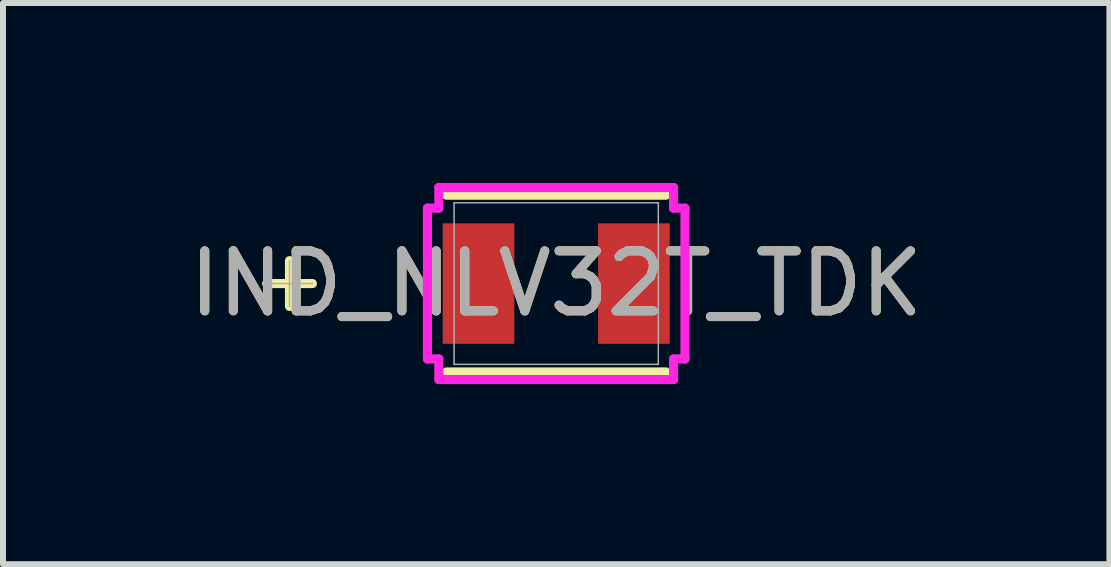
<source format=kicad_pcb>
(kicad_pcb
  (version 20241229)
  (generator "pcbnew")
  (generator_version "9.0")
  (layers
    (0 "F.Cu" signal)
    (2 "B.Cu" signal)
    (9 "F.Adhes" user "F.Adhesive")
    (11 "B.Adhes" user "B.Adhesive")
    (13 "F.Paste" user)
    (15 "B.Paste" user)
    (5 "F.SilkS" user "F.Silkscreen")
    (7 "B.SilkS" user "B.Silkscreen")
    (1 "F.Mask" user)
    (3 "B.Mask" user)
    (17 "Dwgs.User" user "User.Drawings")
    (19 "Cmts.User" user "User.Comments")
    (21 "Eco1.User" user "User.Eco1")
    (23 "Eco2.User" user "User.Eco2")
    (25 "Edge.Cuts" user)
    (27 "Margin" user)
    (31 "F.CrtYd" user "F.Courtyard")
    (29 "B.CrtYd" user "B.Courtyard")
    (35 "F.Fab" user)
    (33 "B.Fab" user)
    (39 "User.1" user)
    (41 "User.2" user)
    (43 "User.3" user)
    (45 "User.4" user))
  (footprint "IND_NLV32T_TDK"
    (layer "F.Cu")
    (at 6.22 1.676)
    (property "Reference" "IND_NLV32T_TDK" (at 0 0 0) (unlocked yes) (layer "F.SilkS") (effects (font (size 1 1) (thickness 0.15))))
    (attr smd)
    (fp_line (start -4.445 -0.381) (end -4.445 0.381) (stroke (width 0.152) (type solid)) (layer "F.SilkS"))
    (fp_line (start -4.064 0) (end -4.826 0) (stroke (width 0.152) (type solid)) (layer "F.SilkS"))
    (fp_line (start -1.829 1.473) (end 1.829 1.473) (stroke (width 0.152) (type solid)) (layer "F.SilkS"))
    (fp_line (start 1.829 -1.473) (end -1.829 -1.473) (stroke (width 0.152) (type solid)) (layer "F.SilkS"))
    (fp_line (start -2.146 -1.257) (end -1.956 -1.257) (stroke (width 0.152) (type solid)) (layer "F.CrtYd"))
    (fp_line (start -2.146 1.257) (end -2.146 -1.257) (stroke (width 0.152) (type solid)) (layer "F.CrtYd"))
    (fp_line (start -1.956 -1.6) (end 1.956 -1.6) (stroke (width 0.152) (type solid)) (layer "F.CrtYd"))
    (fp_line (start -1.956 -1.257) (end -1.956 -1.6) (stroke (width 0.152) (type solid)) (layer "F.CrtYd"))
    (fp_line (start -1.956 1.257) (end -2.146 1.257) (stroke (width 0.152) (type solid)) (layer "F.CrtYd"))
    (fp_line (start -1.956 1.6) (end -1.956 1.257) (stroke (width 0.152) (type solid)) (layer "F.CrtYd"))
    (fp_line (start 1.956 -1.6) (end 1.956 -1.257) (stroke (width 0.152) (type solid)) (layer "F.CrtYd"))
    (fp_line (start 1.956 -1.257) (end 2.146 -1.257) (stroke (width 0.152) (type solid)) (layer "F.CrtYd"))
    (fp_line (start 1.956 1.257) (end 1.956 1.6) (stroke (width 0.152) (type solid)) (layer "F.CrtYd"))
    (fp_line (start 1.956 1.6) (end -1.956 1.6) (stroke (width 0.152) (type solid)) (layer "F.CrtYd"))
    (fp_line (start 2.146 -1.257) (end 2.146 1.257) (stroke (width 0.152) (type solid)) (layer "F.CrtYd"))
    (fp_line (start 2.146 1.257) (end 1.956 1.257) (stroke (width 0.152) (type solid)) (layer "F.CrtYd"))
    (fp_line (start -4.445 -0.381) (end -4.445 0.381) (stroke (width 0.025) (type solid)) (layer "F.Fab"))
    (fp_line (start -4.064 0) (end -4.826 0) (stroke (width 0.025) (type solid)) (layer "F.Fab"))
    (fp_line (start -1.702 -1.346) (end -1.702 1.346) (stroke (width 0.025) (type solid)) (layer "F.Fab"))
    (fp_line (start -1.702 1.346) (end 1.702 1.346) (stroke (width 0.025) (type solid)) (layer "F.Fab"))
    (fp_line (start 1.702 -1.346) (end -1.702 -1.346) (stroke (width 0.025) (type solid)) (layer "F.Fab"))
    (fp_line (start 1.702 1.346) (end 1.702 -1.346) (stroke (width 0.025) (type solid)) (layer "F.Fab"))
    (fp_text user "${REFERENCE}" (at 0 0 0) (unlocked yes) (layer "F.Fab") (effects (font (size 1 1) (thickness 0.15))))
    (pad "1" smd rect (at -1.295 0) (size 1.194 2.007) (layers "F.Cu" "F.Mask" "F.Paste"))
    (pad "2" smd rect (at 1.295 0) (size 1.194 2.007) (layers "F.Cu" "F.Mask" "F.Paste"))
    (zone (net_name "") (layer "F.Cu") (hatch full 0.508) (connect_pads) (min_thickness 0.254) (filled_areas_thickness no) (keepout (tracks not_allowed) (vias not_allowed) (pads allowed) (copperpour not_allowed) (footprints allowed)) (placement (enabled no)) (fill) (polygon (pts (xy 4.569 0.381) (xy 7.871 0.381) (xy 7.871 0.622) (xy 4.569 0.622))))
    (zone (net_name "") (layer "F.Cu") (hatch full 0.508) (connect_pads) (min_thickness 0.254) (filled_areas_thickness no) (keepout (tracks not_allowed) (vias not_allowed) (pads allowed) (copperpour not_allowed) (footprints allowed)) (placement (enabled no)) (fill) (polygon (pts (xy 4.569 2.731) (xy 7.871 2.731) (xy 7.871 2.972) (xy 4.569 2.972))))
    (zone (net_name "") (layer "F.Cu") (hatch full 0.508) (connect_pads) (min_thickness 0.254) (filled_areas_thickness no) (keepout (tracks not_allowed) (vias not_allowed) (pads allowed) (copperpour not_allowed) (footprints allowed)) (placement (enabled no)) (fill) (polygon (pts (xy 5.319 0.622) (xy 7.122 0.622) (xy 7.122 2.731) (xy 5.319 2.731)))))
  (gr_rect
    (start -3 -3)
    (end 15.44 6.353)
    (stroke (width 0.1) (type default))
    (fill no)
    (layer "Edge.Cuts")))
</source>
